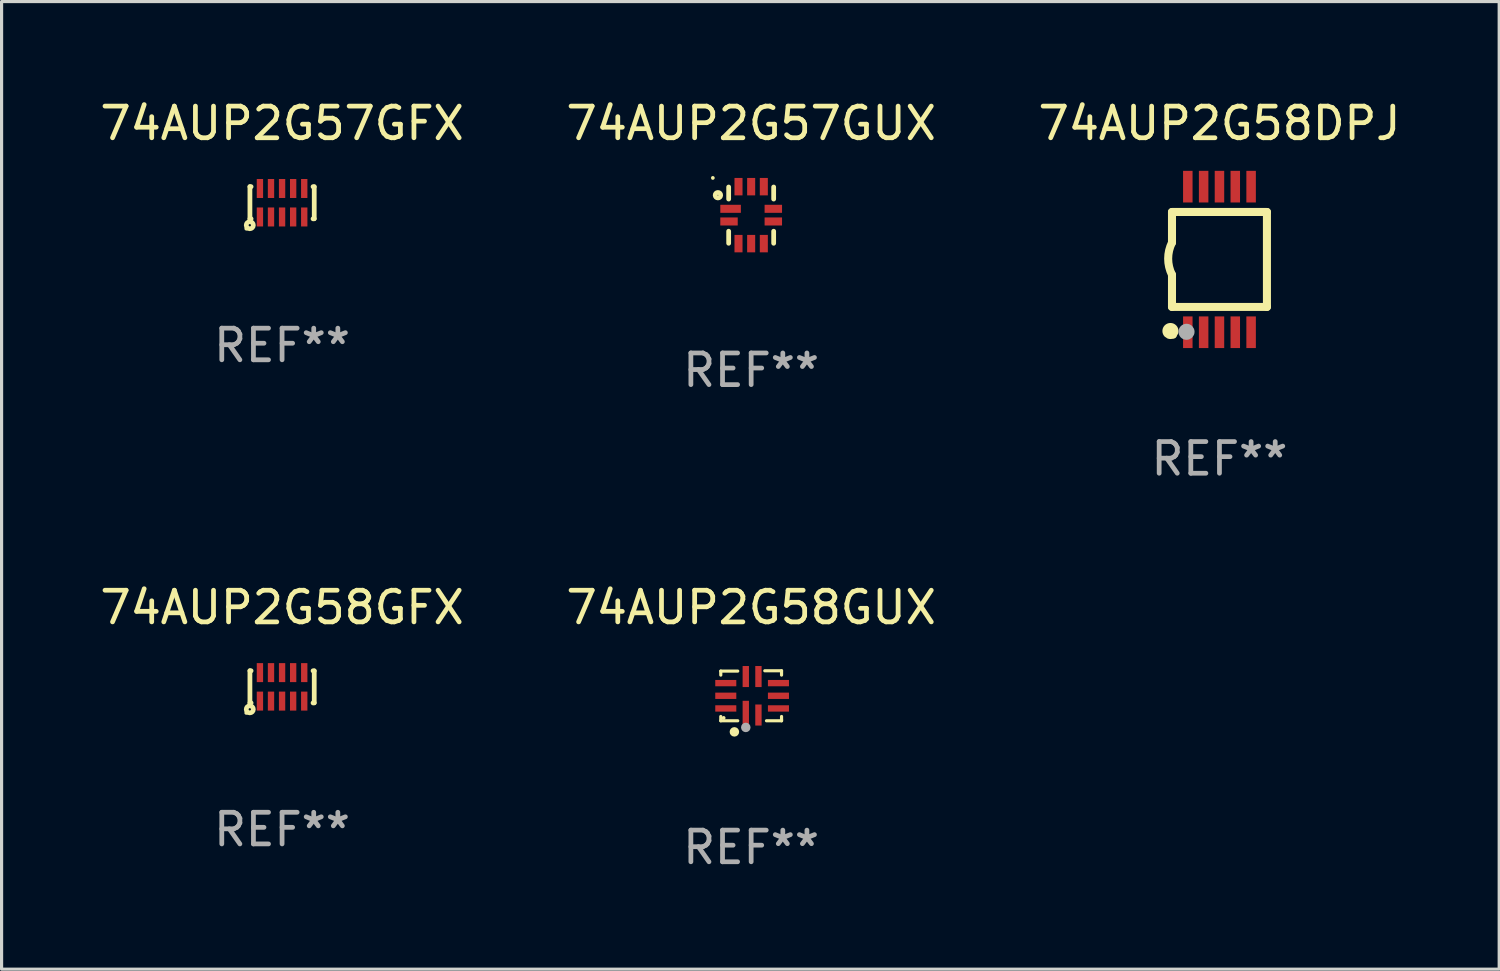
<source format=kicad_pcb>
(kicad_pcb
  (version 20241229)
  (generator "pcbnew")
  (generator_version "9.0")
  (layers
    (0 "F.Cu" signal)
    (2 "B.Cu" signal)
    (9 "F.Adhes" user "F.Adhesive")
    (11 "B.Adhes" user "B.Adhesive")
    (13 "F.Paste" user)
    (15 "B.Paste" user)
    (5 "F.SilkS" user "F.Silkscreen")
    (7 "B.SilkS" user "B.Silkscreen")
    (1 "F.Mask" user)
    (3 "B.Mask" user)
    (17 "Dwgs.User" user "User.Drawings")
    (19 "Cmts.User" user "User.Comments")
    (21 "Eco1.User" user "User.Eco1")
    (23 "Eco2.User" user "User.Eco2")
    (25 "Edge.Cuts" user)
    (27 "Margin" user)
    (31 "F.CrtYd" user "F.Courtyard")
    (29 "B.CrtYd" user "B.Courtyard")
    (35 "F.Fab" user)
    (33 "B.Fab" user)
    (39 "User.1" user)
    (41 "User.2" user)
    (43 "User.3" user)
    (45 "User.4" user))
  (footprint "74AUP2G57GUX"
    (layer "F.Cu")
    (at 20.685 3.748)
    (property "Reference" "74AUP2G57GUX" (at 0 -2.9 0) (layer "F.SilkS") (effects (font (size 1 1) (thickness 0.15))))
    (attr through_hole)
    (fp_line (start -0.711 -0.889) (end -0.711 -0.508) (stroke (width 0.15) (type solid)) (layer "F.SilkS"))
    (fp_line (start -0.711 0.508) (end -0.711 0.889) (stroke (width 0.15) (type solid)) (layer "F.SilkS"))
    (fp_line (start 0.711 -0.889) (end 0.711 -0.508) (stroke (width 0.15) (type solid)) (layer "F.SilkS"))
    (fp_line (start 0.711 0.508) (end 0.711 0.889) (stroke (width 0.15) (type solid)) (layer "F.SilkS"))
    (fp_circle (center -1.212 -1.176) (end -1.182 -1.176) (stroke (width 0.06) (type solid)) (fill no) (layer "F.SilkS"))
    (fp_circle (center -1.05 -0.63) (end -0.963 -0.63) (stroke (width 0.15) (type solid)) (fill no) (layer "F.SilkS"))
    (fp_text user "REF**" (at 0 4.9 0) (layer "F.Fab") (effects (font (size 1 1) (thickness 0.15))))
    (pad "1" smd rect (at -0.65 -0.2 90) (size 0.254 0.65) (layers "F.Cu" "F.Mask" "F.Paste"))
    (pad "2" smd rect (at -0.7 0.2 90) (size 0.254 0.551) (layers "F.Cu" "F.Mask" "F.Paste"))
    (pad "3" smd rect (at -0.4 0.9) (size 0.254 0.551) (layers "F.Cu" "F.Mask" "F.Paste"))
    (pad "4" smd rect (at 0 0.9) (size 0.254 0.551) (layers "F.Cu" "F.Mask" "F.Paste"))
    (pad "5" smd rect (at 0.4 0.9) (size 0.254 0.551) (layers "F.Cu" "F.Mask" "F.Paste"))
    (pad "6" smd rect (at 0.7 0.2 90) (size 0.254 0.551) (layers "F.Cu" "F.Mask" "F.Paste"))
    (pad "7" smd rect (at 0.7 -0.2 90) (size 0.254 0.551) (layers "F.Cu" "F.Mask" "F.Paste"))
    (pad "8" smd rect (at 0.4 -0.9) (size 0.254 0.551) (layers "F.Cu" "F.Mask" "F.Paste"))
    (pad "9" smd rect (at 0 -0.9) (size 0.254 0.551) (layers "F.Cu" "F.Mask" "F.Paste"))
    (pad "10" smd rect (at -0.4 -0.9) (size 0.254 0.551) (layers "F.Cu" "F.Mask" "F.Paste")))
  (footprint "74AUP2G58DPJ"
    (layer "F.Cu")
    (at 35.482 5.148)
    (property "Reference" "74AUP2G58DPJ" (at 0 -4.3 0) (layer "F.SilkS") (effects (font (size 1 1) (thickness 0.15))))
    (attr through_hole)
    (fp_line (start -1.5 -1.5) (end -1.5 -0.533) (stroke (width 0.254) (type solid)) (layer "F.SilkS"))
    (fp_line (start -1.5 -1.5) (end 1.5 -1.5) (stroke (width 0.254) (type solid)) (layer "F.SilkS"))
    (fp_line (start -1.5 1.5) (end -1.5 0.483) (stroke (width 0.254) (type solid)) (layer "F.SilkS"))
    (fp_line (start -1.5 1.5) (end 1.5 1.5) (stroke (width 0.254) (type solid)) (layer "F.SilkS"))
    (fp_line (start 1.5 1.5) (end 1.5 -1.5) (stroke (width 0.254) (type solid)) (layer "F.SilkS"))
    (fp_arc (start -1.501015 0.483109) (mid -1.620651 -0.025266) (end -1.5 -0.533401) (stroke (width 0.254001) (type solid)) (layer "F.SilkS"))
    (fp_circle (center -1.549 2.261) (end -1.422 2.261) (stroke (width 0.254) (type solid)) (fill no) (layer "F.SilkS"))
    (fp_circle (center -1.45 2.4) (end -1.4 2.4) (stroke (width 0.1) (type solid)) (fill no) (layer "F.SilkS"))
    (fp_circle (center -1.041 2.286) (end -0.914 2.286) (stroke (width 0.254) (type solid)) (fill no) (layer "F.Fab"))
    (fp_text user "REF**" (at 0 6.3 0) (layer "F.Fab") (effects (font (size 1 1) (thickness 0.15))))
    (pad "1" smd rect (at -1 2.3 90) (size 1 0.3) (layers "F.Cu" "F.Mask" "F.Paste"))
    (pad "2" smd rect (at -0.5 2.3 90) (size 1 0.3) (layers "F.Cu" "F.Mask" "F.Paste"))
    (pad "3" smd rect (at 0.000127 2.3 90) (size 1 0.3) (layers "F.Cu" "F.Mask" "F.Paste"))
    (pad "4" smd rect (at 0.5 2.3 90) (size 1 0.3) (layers "F.Cu" "F.Mask" "F.Paste"))
    (pad "5" smd rect (at 1 2.3 90) (size 1 0.3) (layers "F.Cu" "F.Mask" "F.Paste"))
    (pad "6" smd rect (at 1 -2.3 270) (size 1 0.3) (layers "F.Cu" "F.Mask" "F.Paste"))
    (pad "7" smd rect (at 0.5 -2.3 90) (size 1 0.3) (layers "F.Cu" "F.Mask" "F.Paste"))
    (pad "8" smd rect (at 0.000127 -2.3 90) (size 1 0.3) (layers "F.Cu" "F.Mask" "F.Paste"))
    (pad "9" smd rect (at -0.5 -2.3 90) (size 1 0.3) (layers "F.Cu" "F.Mask" "F.Paste"))
    (pad "10" smd rect (at -1 -2.3 90) (size 1 0.3) (layers "F.Cu" "F.Mask" "F.Paste")))
  (footprint "74AUP2G58GFX"
    (layer "F.Cu")
    (at 5.863 18.653)
    (property "Reference" "74AUP2G58GFX" (at 0 -2.508 0) (layer "F.SilkS") (effects (font (size 1 1) (thickness 0.15))))
    (attr through_hole)
    (fp_line (start -1.016 -0.508) (end -1.016 0.508) (stroke (width 0.15) (type solid)) (layer "F.SilkS"))
    (fp_line (start -1.016 -0.508) (end -0.979 -0.508) (stroke (width 0.15) (type solid)) (layer "F.SilkS"))
    (fp_line (start -1.016 0.508) (end -0.979 0.508) (stroke (width 0.15) (type solid)) (layer "F.SilkS"))
    (fp_line (start 0.979 -0.508) (end 1.016 -0.508) (stroke (width 0.15) (type solid)) (layer "F.SilkS"))
    (fp_line (start 0.979 0.508) (end 1.016 0.508) (stroke (width 0.15) (type solid)) (layer "F.SilkS"))
    (fp_line (start 1.016 -0.5) (end 1.016 0.5) (stroke (width 0.15) (type solid)) (layer "F.SilkS"))
    (fp_circle (center -1.132 0.822) (end -1.102 0.822) (stroke (width 0.06) (type solid)) (fill no) (layer "F.SilkS"))
    (fp_circle (center -1.02 0.71) (end -0.983 0.71) (stroke (width 0.15) (type solid)) (fill no) (layer "F.SilkS"))
    (fp_text user "REF**" (at 0 4.508 0) (layer "F.Fab") (effects (font (size 1 1) (thickness 0.15))))
    (pad "1" smd rect (at -0.7 0.45) (size 0.2 0.6) (layers "F.Cu" "F.Mask" "F.Paste"))
    (pad "2" smd rect (at -0.35 0.45) (size 0.2 0.6) (layers "F.Cu" "F.Mask" "F.Paste"))
    (pad "3" smd rect (at 0.000025 0.45) (size 0.2 0.6) (layers "F.Cu" "F.Mask" "F.Paste"))
    (pad "4" smd rect (at 0.35 0.45) (size 0.2 0.6) (layers "F.Cu" "F.Mask" "F.Paste"))
    (pad "5" smd rect (at 0.7 0.45) (size 0.2 0.6) (layers "F.Cu" "F.Mask" "F.Paste"))
    (pad "6" smd rect (at 0.7 -0.45) (size 0.2 0.6) (layers "F.Cu" "F.Mask" "F.Paste"))
    (pad "7" smd rect (at 0.35 -0.45) (size 0.2 0.6) (layers "F.Cu" "F.Mask" "F.Paste"))
    (pad "8" smd rect (at 0.000025 -0.45) (size 0.2 0.6) (layers "F.Cu" "F.Mask" "F.Paste"))
    (pad "9" smd rect (at -0.35 -0.45) (size 0.2 0.6) (layers "F.Cu" "F.Mask" "F.Paste"))
    (pad "10" smd rect (at -0.7 -0.45) (size 0.2 0.6) (layers "F.Cu" "F.Mask" "F.Paste")))
  (footprint "74AUP2G58GUX"
    (layer "F.Cu")
    (at 20.685 18.935)
    (property "Reference" "74AUP2G58GUX" (at 0 -2.79 0) (layer "F.SilkS") (effects (font (size 1 1) (thickness 0.15))))
    (attr through_hole)
    (fp_line (start -0.96 -0.78) (end -0.424 -0.78) (stroke (width 0.1) (type solid)) (layer "F.SilkS"))
    (fp_line (start -0.96 -0.654) (end -0.96 -0.78) (stroke (width 0.1) (type solid)) (layer "F.SilkS"))
    (fp_line (start -0.96 0.79) (end -0.96 0.654) (stroke (width 0.1) (type solid)) (layer "F.SilkS"))
    (fp_line (start -0.424 0.79) (end -0.96 0.79) (stroke (width 0.1) (type solid)) (layer "F.SilkS"))
    (fp_line (start 0.43 -0.79) (end 0.96 -0.79) (stroke (width 0.1) (type solid)) (layer "F.SilkS"))
    (fp_line (start 0.96 -0.79) (end 0.96 -0.654) (stroke (width 0.1) (type solid)) (layer "F.SilkS"))
    (fp_line (start 0.96 0.654) (end 0.96 0.76) (stroke (width 0.1) (type solid)) (layer "F.SilkS"))
    (fp_line (start 0.96 0.76) (end 0.96 0.79) (stroke (width 0.1) (type solid)) (layer "F.SilkS"))
    (fp_line (start 0.96 0.79) (end 0.484 0.79) (stroke (width 0.1) (type solid)) (layer "F.SilkS"))
    (fp_circle (center -0.87 0.7) (end -0.84 0.7) (stroke (width 0.06) (type solid)) (fill no) (layer "F.SilkS"))
    (fp_circle (center -0.53 1.14) (end -0.455 1.14) (stroke (width 0.15) (type solid)) (fill no) (layer "F.SilkS"))
    (fp_circle (center -0.17 1) (end -0.095 1) (stroke (width 0.15) (type solid)) (fill no) (layer "F.Fab"))
    (fp_text user "REF**" (at 0 4.79 0) (layer "F.Fab") (effects (font (size 1 1) (thickness 0.15))))
    (pad "1" smd rect (at -0.17 0.608) (size 0.2 0.9) (layers "F.Cu" "F.Mask" "F.Paste"))
    (pad "2" smd rect (at 0.23 0.608) (size 0.2 0.665) (layers "F.Cu" "F.Mask" "F.Paste"))
    (pad "3" smd rect (at 0.862 0.4) (size 0.665 0.2) (layers "F.Cu" "F.Mask" "F.Paste"))
    (pad "4" smd rect (at 0.862 0) (size 0.665 0.2) (layers "F.Cu" "F.Mask" "F.Paste"))
    (pad "5" smd rect (at 0.862 -0.4) (size 0.665 0.2) (layers "F.Cu" "F.Mask" "F.Paste"))
    (pad "6" smd rect (at 0.23 -0.608) (size 0.2 0.665) (layers "F.Cu" "F.Mask" "F.Paste"))
    (pad "7" smd rect (at -0.17 -0.608) (size 0.2 0.665) (layers "F.Cu" "F.Mask" "F.Paste"))
    (pad "8" smd rect (at -0.802 -0.4) (size 0.665 0.2) (layers "F.Cu" "F.Mask" "F.Paste"))
    (pad "9" smd rect (at -0.802 0) (size 0.665 0.2) (layers "F.Cu" "F.Mask" "F.Paste"))
    (pad "10" smd rect (at -0.802 0.4) (size 0.665 0.2) (layers "F.Cu" "F.Mask" "F.Paste")))
  (footprint "74AUP2G57GFX"
    (layer "F.Cu")
    (at 5.863 3.356)
    (property "Reference" "74AUP2G57GFX" (at 0 -2.508 0) (layer "F.SilkS") (effects (font (size 1 1) (thickness 0.15))))
    (attr through_hole)
    (fp_line (start -1.016 -0.508) (end -1.016 0.508) (stroke (width 0.15) (type solid)) (layer "F.SilkS"))
    (fp_line (start -1.016 -0.508) (end -0.979 -0.508) (stroke (width 0.15) (type solid)) (layer "F.SilkS"))
    (fp_line (start -1.016 0.508) (end -0.979 0.508) (stroke (width 0.15) (type solid)) (layer "F.SilkS"))
    (fp_line (start 0.979 -0.508) (end 1.016 -0.508) (stroke (width 0.15) (type solid)) (layer "F.SilkS"))
    (fp_line (start 0.979 0.508) (end 1.016 0.508) (stroke (width 0.15) (type solid)) (layer "F.SilkS"))
    (fp_line (start 1.016 -0.5) (end 1.016 0.5) (stroke (width 0.15) (type solid)) (layer "F.SilkS"))
    (fp_circle (center -1.132 0.822) (end -1.102 0.822) (stroke (width 0.06) (type solid)) (fill no) (layer "F.SilkS"))
    (fp_circle (center -1.02 0.71) (end -0.983 0.71) (stroke (width 0.15) (type solid)) (fill no) (layer "F.SilkS"))
    (fp_text user "REF**" (at 0 4.508 0) (layer "F.Fab") (effects (font (size 1 1) (thickness 0.15))))
    (pad "1" smd rect (at -0.7 0.45) (size 0.2 0.6) (layers "F.Cu" "F.Mask" "F.Paste"))
    (pad "2" smd rect (at -0.35 0.45) (size 0.2 0.6) (layers "F.Cu" "F.Mask" "F.Paste"))
    (pad "3" smd rect (at 0.000025 0.45) (size 0.2 0.6) (layers "F.Cu" "F.Mask" "F.Paste"))
    (pad "4" smd rect (at 0.35 0.45) (size 0.2 0.6) (layers "F.Cu" "F.Mask" "F.Paste"))
    (pad "5" smd rect (at 0.7 0.45) (size 0.2 0.6) (layers "F.Cu" "F.Mask" "F.Paste"))
    (pad "6" smd rect (at 0.7 -0.45) (size 0.2 0.6) (layers "F.Cu" "F.Mask" "F.Paste"))
    (pad "7" smd rect (at 0.35 -0.45) (size 0.2 0.6) (layers "F.Cu" "F.Mask" "F.Paste"))
    (pad "8" smd rect (at 0.000025 -0.45) (size 0.2 0.6) (layers "F.Cu" "F.Mask" "F.Paste"))
    (pad "9" smd rect (at -0.35 -0.45) (size 0.2 0.6) (layers "F.Cu" "F.Mask" "F.Paste"))
    (pad "10" smd rect (at -0.7 -0.45) (size 0.2 0.6) (layers "F.Cu" "F.Mask" "F.Paste")))
  (gr_rect
    (start -3 -3)
    (end 44.321 27.573)
    (stroke (width 0.1) (type default))
    (fill no)
    (layer "Edge.Cuts")))
</source>
